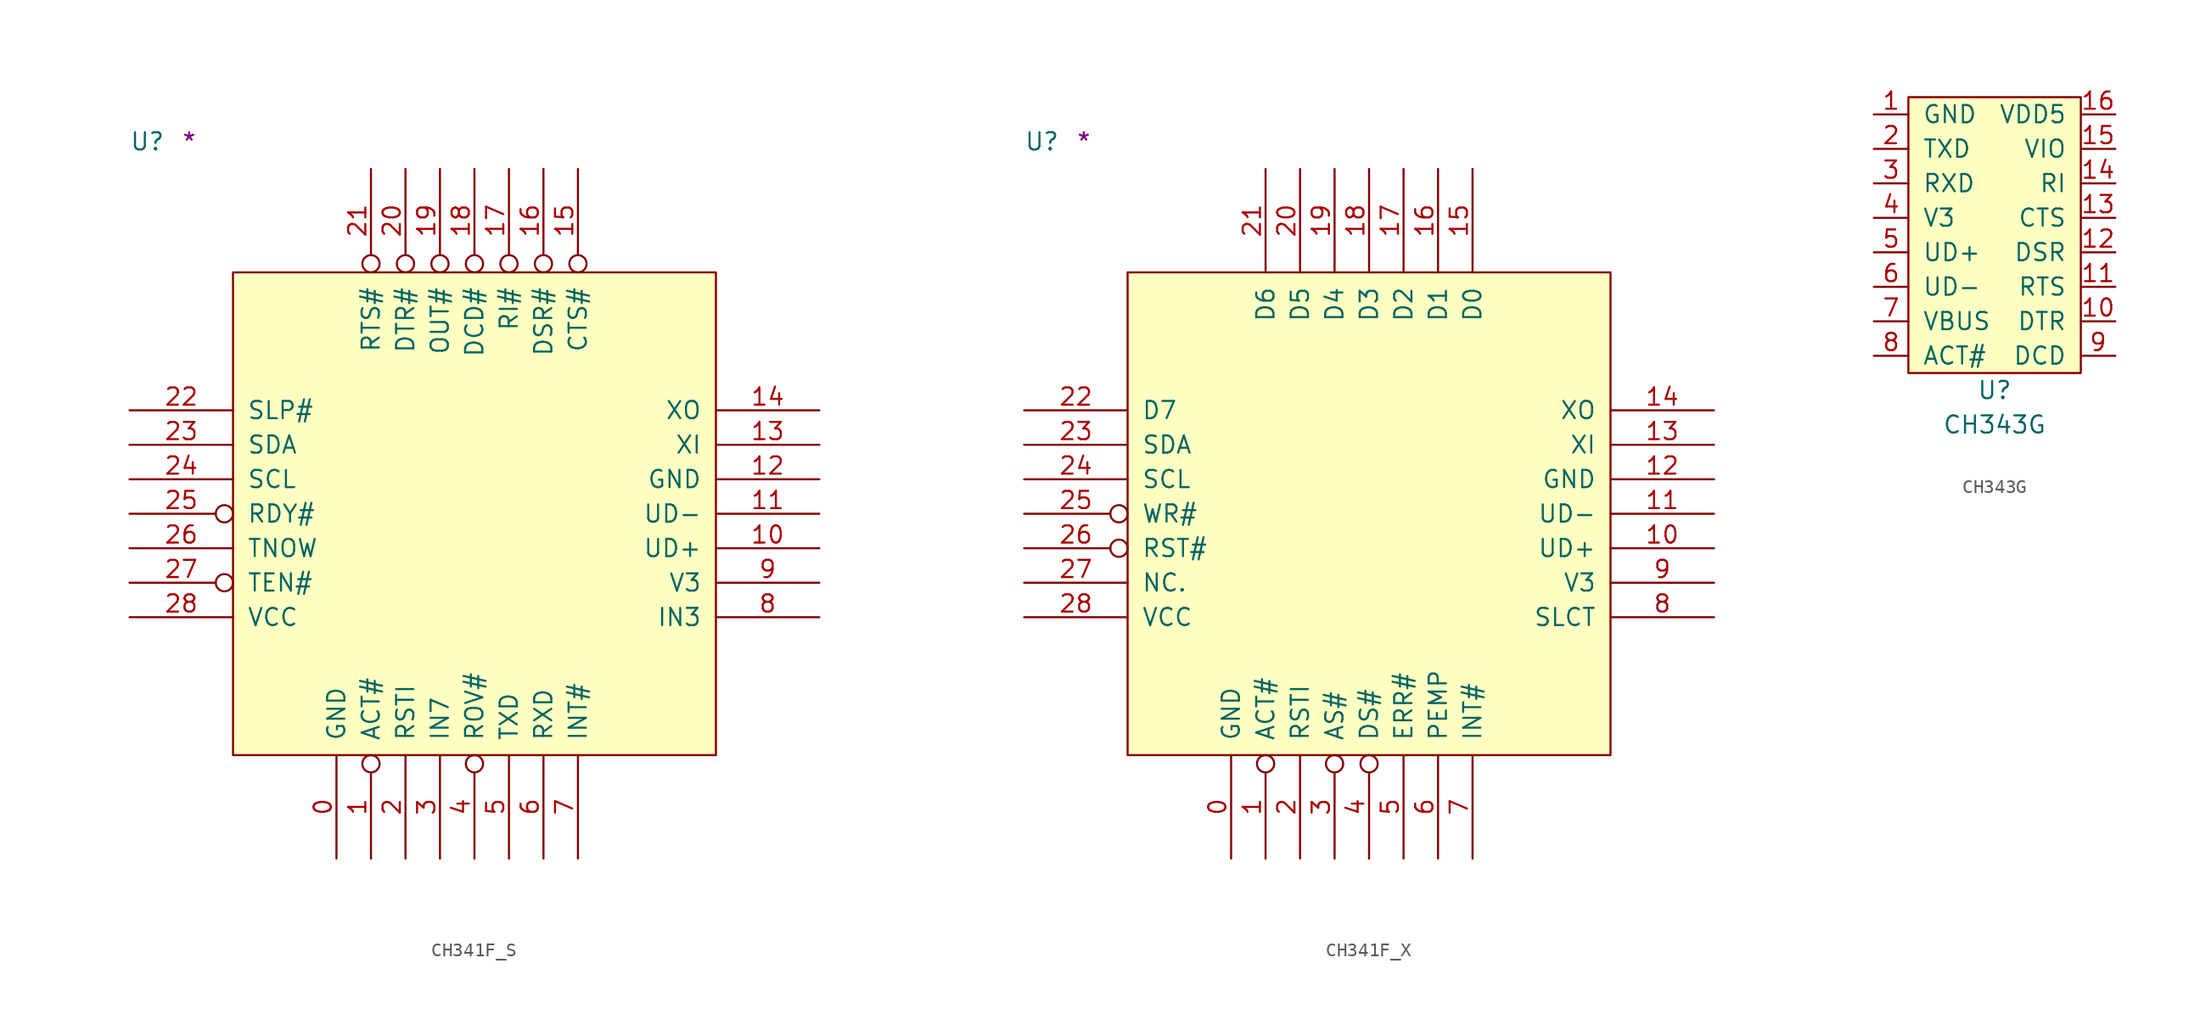
<source format=kicad_sym>
(kicad_symbol_lib
  (version 20211014)
  (generator kicad_symbol_editor)
  (symbol "CH341F_S"
    (pin_names
      (offset 1.016))
    (property "Reference" "U"
      (at -7.62 8.89 0)
      (effects (font (size 1.27 1.27)) (justify left bottom)))
    (property "Comment" "*"
      (at -3.81 8.89 0)
      (effects (font (size 1.27 1.27)) (justify left bottom)))
    (symbol "CH341F_S_1_1"
      (rectangle (start 0 -35.56) (end 35.56 0) (stroke (width 0) (type default) (color 0 0 0 0)) (fill (type background)))
      (pin power_in line (at 7.62 -43.18 90) (length 7.62) (name "GND" (effects (font (size 1.27 1.27)))) (number "0" (effects (font (size 1.27 1.27)))))
      (pin bidirectional inverted (at 10.16 -43.18 90) (length 7.62) (name "ACT#" (effects (font (size 1.27 1.27)))) (number "1" (effects (font (size 1.27 1.27)))))
      (pin bidirectional line (at 43.18 -20.32 180) (length 7.62) (name "UD+" (effects (font (size 1.27 1.27)))) (number "10" (effects (font (size 1.27 1.27)))))
      (pin bidirectional line (at 43.18 -17.78 180) (length 7.62) (name "UD-" (effects (font (size 1.27 1.27)))) (number "11" (effects (font (size 1.27 1.27)))))
      (pin power_in line (at 43.18 -15.24 180) (length 7.62) (name "GND" (effects (font (size 1.27 1.27)))) (number "12" (effects (font (size 1.27 1.27)))))
      (pin input line (at 43.18 -12.7 180) (length 7.62) (name "XI" (effects (font (size 1.27 1.27)))) (number "13" (effects (font (size 1.27 1.27)))))
      (pin output line (at 43.18 -10.16 180) (length 7.62) (name "XO" (effects (font (size 1.27 1.27)))) (number "14" (effects (font (size 1.27 1.27)))))
      (pin input inverted (at 25.4 7.62 270) (length 7.62) (name "CTS#" (effects (font (size 1.27 1.27)))) (number "15" (effects (font (size 1.27 1.27)))))
      (pin input inverted (at 22.86 7.62 270) (length 7.62) (name "DSR#" (effects (font (size 1.27 1.27)))) (number "16" (effects (font (size 1.27 1.27)))))
      (pin input inverted (at 20.32 7.62 270) (length 7.62) (name "RI#" (effects (font (size 1.27 1.27)))) (number "17" (effects (font (size 1.27 1.27)))))
      (pin input inverted (at 17.78 7.62 270) (length 7.62) (name "DCD#" (effects (font (size 1.27 1.27)))) (number "18" (effects (font (size 1.27 1.27)))))
      (pin output inverted (at 15.24 7.62 270) (length 7.62) (name "OUT#" (effects (font (size 1.27 1.27)))) (number "19" (effects (font (size 1.27 1.27)))))
      (pin input line (at 12.7 -43.18 90) (length 7.62) (name "RSTI" (effects (font (size 1.27 1.27)))) (number "2" (effects (font (size 1.27 1.27)))))
      (pin output inverted (at 12.7 7.62 270) (length 7.62) (name "DTR#" (effects (font (size 1.27 1.27)))) (number "20" (effects (font (size 1.27 1.27)))))
      (pin output inverted (at 10.16 7.62 270) (length 7.62) (name "RTS#" (effects (font (size 1.27 1.27)))) (number "21" (effects (font (size 1.27 1.27)))))
      (pin output line (at -7.62 -10.16 0) (length 7.62) (name "SLP#" (effects (font (size 1.27 1.27)))) (number "22" (effects (font (size 1.27 1.27)))))
      (pin bidirectional line (at -7.62 -12.7 0) (length 7.62) (name "SDA" (effects (font (size 1.27 1.27)))) (number "23" (effects (font (size 1.27 1.27)))))
      (pin bidirectional line (at -7.62 -15.24 0) (length 7.62) (name "SCL" (effects (font (size 1.27 1.27)))) (number "24" (effects (font (size 1.27 1.27)))))
      (pin output inverted (at -7.62 -17.78 0) (length 7.62) (name "RDY#" (effects (font (size 1.27 1.27)))) (number "25" (effects (font (size 1.27 1.27)))))
      (pin output line (at -7.62 -20.32 0) (length 7.62) (name "TNOW" (effects (font (size 1.27 1.27)))) (number "26" (effects (font (size 1.27 1.27)))))
      (pin input inverted (at -7.62 -22.86 0) (length 7.62) (name "TEN#" (effects (font (size 1.27 1.27)))) (number "27" (effects (font (size 1.27 1.27)))))
      (pin power_in line (at -7.62 -25.4 0) (length 7.62) (name "VCC" (effects (font (size 1.27 1.27)))) (number "28" (effects (font (size 1.27 1.27)))))
      (pin input line (at 15.24 -43.18 90) (length 7.62) (name "IN7" (effects (font (size 1.27 1.27)))) (number "3" (effects (font (size 1.27 1.27)))))
      (pin output inverted (at 17.78 -43.18 90) (length 7.62) (name "ROV#" (effects (font (size 1.27 1.27)))) (number "4" (effects (font (size 1.27 1.27)))))
      (pin output line (at 20.32 -43.18 90) (length 7.62) (name "TXD" (effects (font (size 1.27 1.27)))) (number "5" (effects (font (size 1.27 1.27)))))
      (pin input line (at 22.86 -43.18 90) (length 7.62) (name "RXD" (effects (font (size 1.27 1.27)))) (number "6" (effects (font (size 1.27 1.27)))))
      (pin input line (at 25.4 -43.18 90) (length 7.62) (name "INT#" (effects (font (size 1.27 1.27)))) (number "7" (effects (font (size 1.27 1.27)))))
      (pin bidirectional line (at 43.18 -25.4 180) (length 7.62) (name "IN3" (effects (font (size 1.27 1.27)))) (number "8" (effects (font (size 1.27 1.27)))))
      (pin power_in line (at 43.18 -22.86 180) (length 7.62) (name "V3" (effects (font (size 1.27 1.27)))) (number "9" (effects (font (size 1.27 1.27)))))))
  (symbol "CH341F_X"
    (pin_names
      (offset 1.016))
    (property "Reference" "U"
      (at -7.62 8.89 0)
      (effects (font (size 1.27 1.27)) (justify left bottom)))
    (property "Comment" "*"
      (at -3.81 8.89 0)
      (effects (font (size 1.27 1.27)) (justify left bottom)))
    (symbol "CH341F_X_1_1"
      (rectangle (start 0 -35.56) (end 35.56 0) (stroke (width 0) (type default) (color 0 0 0 0)) (fill (type background)))
      (pin power_in line (at 7.62 -43.18 90) (length 7.62) (name "GND" (effects (font (size 1.27 1.27)))) (number "0" (effects (font (size 1.27 1.27)))))
      (pin bidirectional inverted (at 10.16 -43.18 90) (length 7.62) (name "ACT#" (effects (font (size 1.27 1.27)))) (number "1" (effects (font (size 1.27 1.27)))))
      (pin bidirectional line (at 43.18 -20.32 180) (length 7.62) (name "UD+" (effects (font (size 1.27 1.27)))) (number "10" (effects (font (size 1.27 1.27)))))
      (pin bidirectional line (at 43.18 -17.78 180) (length 7.62) (name "UD-" (effects (font (size 1.27 1.27)))) (number "11" (effects (font (size 1.27 1.27)))))
      (pin power_in line (at 43.18 -15.24 180) (length 7.62) (name "GND" (effects (font (size 1.27 1.27)))) (number "12" (effects (font (size 1.27 1.27)))))
      (pin input line (at 43.18 -12.7 180) (length 7.62) (name "XI" (effects (font (size 1.27 1.27)))) (number "13" (effects (font (size 1.27 1.27)))))
      (pin output line (at 43.18 -10.16 180) (length 7.62) (name "XO" (effects (font (size 1.27 1.27)))) (number "14" (effects (font (size 1.27 1.27)))))
      (pin bidirectional line (at 25.4 7.62 270) (length 7.62) (name "D0" (effects (font (size 1.27 1.27)))) (number "15" (effects (font (size 1.27 1.27)))))
      (pin bidirectional line (at 22.86 7.62 270) (length 7.62) (name "D1" (effects (font (size 1.27 1.27)))) (number "16" (effects (font (size 1.27 1.27)))))
      (pin bidirectional line (at 20.32 7.62 270) (length 7.62) (name "D2" (effects (font (size 1.27 1.27)))) (number "17" (effects (font (size 1.27 1.27)))))
      (pin bidirectional line (at 17.78 7.62 270) (length 7.62) (name "D3" (effects (font (size 1.27 1.27)))) (number "18" (effects (font (size 1.27 1.27)))))
      (pin bidirectional line (at 15.24 7.62 270) (length 7.62) (name "D4" (effects (font (size 1.27 1.27)))) (number "19" (effects (font (size 1.27 1.27)))))
      (pin input line (at 12.7 -43.18 90) (length 7.62) (name "RSTI" (effects (font (size 1.27 1.27)))) (number "2" (effects (font (size 1.27 1.27)))))
      (pin bidirectional line (at 12.7 7.62 270) (length 7.62) (name "D5" (effects (font (size 1.27 1.27)))) (number "20" (effects (font (size 1.27 1.27)))))
      (pin bidirectional line (at 10.16 7.62 270) (length 7.62) (name "D6" (effects (font (size 1.27 1.27)))) (number "21" (effects (font (size 1.27 1.27)))))
      (pin bidirectional line (at -7.62 -10.16 0) (length 7.62) (name "D7" (effects (font (size 1.27 1.27)))) (number "22" (effects (font (size 1.27 1.27)))))
      (pin bidirectional line (at -7.62 -12.7 0) (length 7.62) (name "SDA" (effects (font (size 1.27 1.27)))) (number "23" (effects (font (size 1.27 1.27)))))
      (pin bidirectional line (at -7.62 -15.24 0) (length 7.62) (name "SCL" (effects (font (size 1.27 1.27)))) (number "24" (effects (font (size 1.27 1.27)))))
      (pin output inverted (at -7.62 -17.78 0) (length 7.62) (name "WR#" (effects (font (size 1.27 1.27)))) (number "25" (effects (font (size 1.27 1.27)))))
      (pin output inverted (at -7.62 -20.32 0) (length 7.62) (name "RST#" (effects (font (size 1.27 1.27)))) (number "26" (effects (font (size 1.27 1.27)))))
      (pin passive line (at -7.62 -22.86 0) (length 7.62) (name "NC." (effects (font (size 1.27 1.27)))) (number "27" (effects (font (size 1.27 1.27)))))
      (pin power_in line (at -7.62 -25.4 0) (length 7.62) (name "VCC" (effects (font (size 1.27 1.27)))) (number "28" (effects (font (size 1.27 1.27)))))
      (pin output inverted (at 15.24 -43.18 90) (length 7.62) (name "AS#" (effects (font (size 1.27 1.27)))) (number "3" (effects (font (size 1.27 1.27)))))
      (pin output inverted (at 17.78 -43.18 90) (length 7.62) (name "DS#" (effects (font (size 1.27 1.27)))) (number "4" (effects (font (size 1.27 1.27)))))
      (pin input line (at 20.32 -43.18 90) (length 7.62) (name "ERR#" (effects (font (size 1.27 1.27)))) (number "5" (effects (font (size 1.27 1.27)))))
      (pin input line (at 22.86 -43.18 90) (length 7.62) (name "PEMP" (effects (font (size 1.27 1.27)))) (number "6" (effects (font (size 1.27 1.27)))))
      (pin input line (at 25.4 -43.18 90) (length 7.62) (name "INT#" (effects (font (size 1.27 1.27)))) (number "7" (effects (font (size 1.27 1.27)))))
      (pin input line (at 43.18 -25.4 180) (length 7.62) (name "SLCT" (effects (font (size 1.27 1.27)))) (number "8" (effects (font (size 1.27 1.27)))))
      (pin power_in line (at 43.18 -22.86 180) (length 7.62) (name "V3" (effects (font (size 1.27 1.27)))) (number "9" (effects (font (size 1.27 1.27)))))))
  (symbol "CH343G"
    (pin_names
      (offset 1.016))
    (property "Reference" "U"
      (at 0 -11.43 0)
      (effects (font (size 1.27 1.27))))
    (property "Value" "CH343G"
      (at 0 -13.97 0)
      (effects (font (size 1.27 1.27))))
    (symbol "CH343G_0_1"
      (rectangle (start -6.35 10.16) (end 6.35 -10.16) (stroke (width 0) (type default) (color 0 0 0 0)) (fill (type background))))
    (symbol "CH343G_1_1"
      (pin power_in line (at -8.89 8.89 0) (length 2.54) (name "GND" (effects (font (size 1.27 1.27)))) (number "1" (effects (font (size 1.27 1.27)))))
      (pin bidirectional line (at 8.89 -6.35 180) (length 2.54) (name "DTR" (effects (font (size 1.27 1.27)))) (number "10" (effects (font (size 1.27 1.27)))))
      (pin bidirectional line (at 8.89 -3.81 180) (length 2.54) (name "RTS" (effects (font (size 1.27 1.27)))) (number "11" (effects (font (size 1.27 1.27)))))
      (pin bidirectional line (at 8.89 -1.27 180) (length 2.54) (name "DSR" (effects (font (size 1.27 1.27)))) (number "12" (effects (font (size 1.27 1.27)))))
      (pin bidirectional line (at 8.89 1.27 180) (length 2.54) (name "CTS" (effects (font (size 1.27 1.27)))) (number "13" (effects (font (size 1.27 1.27)))))
      (pin bidirectional line (at 8.89 3.81 180) (length 2.54) (name "RI" (effects (font (size 1.27 1.27)))) (number "14" (effects (font (size 1.27 1.27)))))
      (pin power_in line (at 8.89 6.35 180) (length 2.54) (name "VIO" (effects (font (size 1.27 1.27)))) (number "15" (effects (font (size 1.27 1.27)))))
      (pin power_in line (at 8.89 8.89 180) (length 2.54) (name "VDD5" (effects (font (size 1.27 1.27)))) (number "16" (effects (font (size 1.27 1.27)))))
      (pin bidirectional line (at -8.89 6.35 0) (length 2.54) (name "TXD" (effects (font (size 1.27 1.27)))) (number "2" (effects (font (size 1.27 1.27)))))
      (pin bidirectional line (at -8.89 3.81 0) (length 2.54) (name "RXD" (effects (font (size 1.27 1.27)))) (number "3" (effects (font (size 1.27 1.27)))))
      (pin power_in line (at -8.89 1.27 0) (length 2.54) (name "V3" (effects (font (size 1.27 1.27)))) (number "4" (effects (font (size 1.27 1.27)))))
      (pin bidirectional line (at -8.89 -1.27 0) (length 2.54) (name "UD+" (effects (font (size 1.27 1.27)))) (number "5" (effects (font (size 1.27 1.27)))))
      (pin bidirectional line (at -8.89 -3.81 0) (length 2.54) (name "UD-" (effects (font (size 1.27 1.27)))) (number "6" (effects (font (size 1.27 1.27)))))
      (pin power_in line (at -8.89 -6.35 0) (length 2.54) (name "VBUS" (effects (font (size 1.27 1.27)))) (number "7" (effects (font (size 1.27 1.27)))))
      (pin bidirectional line (at -8.89 -8.89 0) (length 2.54) (name "ACT#" (effects (font (size 1.27 1.27)))) (number "8" (effects (font (size 1.27 1.27)))))
      (pin bidirectional line (at 8.89 -8.89 180) (length 2.54) (name "DCD" (effects (font (size 1.27 1.27)))) (number "9" (effects (font (size 1.27 1.27))))))))
</source>
